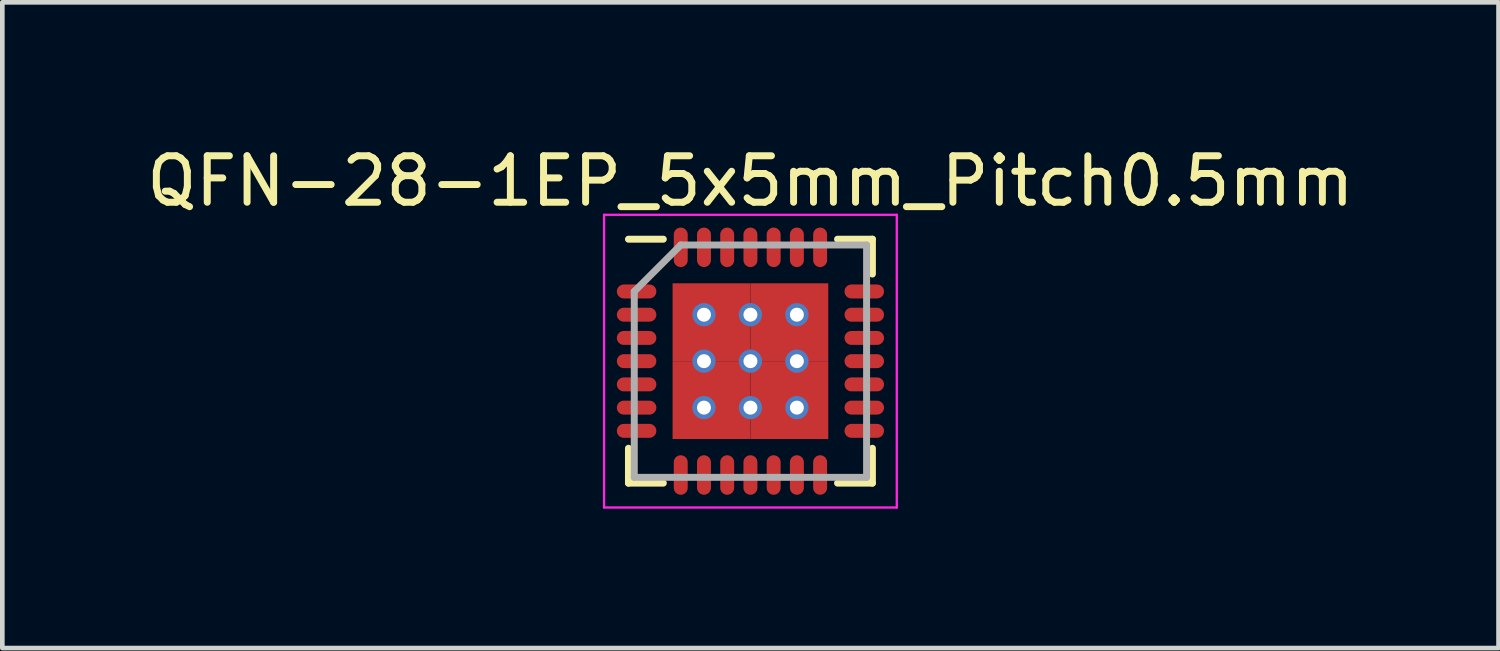
<source format=kicad_pcb>
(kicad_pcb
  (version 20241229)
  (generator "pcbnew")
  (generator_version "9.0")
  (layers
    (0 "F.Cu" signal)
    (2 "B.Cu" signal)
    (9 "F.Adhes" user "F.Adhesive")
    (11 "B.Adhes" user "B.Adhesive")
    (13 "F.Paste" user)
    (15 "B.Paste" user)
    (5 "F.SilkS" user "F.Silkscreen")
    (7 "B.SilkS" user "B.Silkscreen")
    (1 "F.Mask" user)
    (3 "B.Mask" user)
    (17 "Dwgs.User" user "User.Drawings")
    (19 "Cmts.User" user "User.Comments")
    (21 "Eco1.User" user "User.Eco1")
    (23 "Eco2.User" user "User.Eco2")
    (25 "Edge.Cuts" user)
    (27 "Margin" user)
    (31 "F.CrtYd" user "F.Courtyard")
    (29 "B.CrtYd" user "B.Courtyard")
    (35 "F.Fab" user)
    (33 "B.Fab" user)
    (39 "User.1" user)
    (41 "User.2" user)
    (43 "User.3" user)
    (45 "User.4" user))
  (footprint "QFN-28-1EP_5x5mm_Pitch0.5mm"
    (layer "F.Cu")
    (at 13.101 4.723)
    (property "Reference" "QFN-28-1EP_5x5mm_Pitch0.5mm" (at 0 -3.875 0) (layer "F.SilkS") (effects (font (size 1 1) (thickness 0.15))))
    (attr smd)
    (fp_line (start -2.625 -2.625) (end -1.875 -2.625) (stroke (width 0.15) (type solid)) (layer "F.SilkS"))
    (fp_line (start -2.625 2.625) (end -2.625 1.875) (stroke (width 0.15) (type solid)) (layer "F.SilkS"))
    (fp_line (start -2.625 2.625) (end -1.875 2.625) (stroke (width 0.15) (type solid)) (layer "F.SilkS"))
    (fp_line (start 2.625 -2.625) (end 1.875 -2.625) (stroke (width 0.15) (type solid)) (layer "F.SilkS"))
    (fp_line (start 2.625 -2.625) (end 2.625 -1.875) (stroke (width 0.15) (type solid)) (layer "F.SilkS"))
    (fp_line (start 2.625 2.625) (end 1.875 2.625) (stroke (width 0.15) (type solid)) (layer "F.SilkS"))
    (fp_line (start 2.625 2.625) (end 2.625 1.875) (stroke (width 0.15) (type solid)) (layer "F.SilkS"))
    (fp_line (start -3.15 -3.15) (end -3.15 3.15) (stroke (width 0.05) (type solid)) (layer "F.CrtYd"))
    (fp_line (start -3.15 -3.15) (end 3.15 -3.15) (stroke (width 0.05) (type solid)) (layer "F.CrtYd"))
    (fp_line (start -3.15 3.15) (end 3.15 3.15) (stroke (width 0.05) (type solid)) (layer "F.CrtYd"))
    (fp_line (start 3.15 -3.15) (end 3.15 3.15) (stroke (width 0.05) (type solid)) (layer "F.CrtYd"))
    (fp_line (start -2.5 -1.5) (end -1.5 -2.5) (stroke (width 0.15) (type solid)) (layer "F.Fab"))
    (fp_line (start -2.5 2.5) (end -2.5 -1.5) (stroke (width 0.15) (type solid)) (layer "F.Fab"))
    (fp_line (start -1.5 -2.5) (end 2.5 -2.5) (stroke (width 0.15) (type solid)) (layer "F.Fab"))
    (fp_line (start 2.5 -2.5) (end 2.5 2.5) (stroke (width 0.15) (type solid)) (layer "F.Fab"))
    (fp_line (start 2.5 2.5) (end -2.5 2.5) (stroke (width 0.15) (type solid)) (layer "F.Fab"))
    (pad "1" smd oval (at -2.45 -1.5) (size 0.85 0.3) (layers "F.Cu" "F.Mask" "F.Paste"))
    (pad "2" smd oval (at -2.45 -1) (size 0.85 0.3) (layers "F.Cu" "F.Mask" "F.Paste"))
    (pad "3" smd oval (at -2.45 -0.5) (size 0.85 0.3) (layers "F.Cu" "F.Mask" "F.Paste"))
    (pad "4" smd oval (at -2.45 0) (size 0.85 0.3) (layers "F.Cu" "F.Mask" "F.Paste"))
    (pad "5" smd oval (at -2.45 0.5) (size 0.85 0.3) (layers "F.Cu" "F.Mask" "F.Paste"))
    (pad "6" smd oval (at -2.45 1) (size 0.85 0.3) (layers "F.Cu" "F.Mask" "F.Paste"))
    (pad "7" smd oval (at -2.45 1.5) (size 0.85 0.3) (layers "F.Cu" "F.Mask" "F.Paste"))
    (pad "8" smd oval (at -1.5 2.45 90) (size 0.85 0.3) (layers "F.Cu" "F.Mask" "F.Paste"))
    (pad "9" smd oval (at -1 2.45 90) (size 0.85 0.3) (layers "F.Cu" "F.Mask" "F.Paste"))
    (pad "10" smd oval (at -0.5 2.45 90) (size 0.85 0.3) (layers "F.Cu" "F.Mask" "F.Paste"))
    (pad "11" smd oval (at 0 2.45 90) (size 0.85 0.3) (layers "F.Cu" "F.Mask" "F.Paste"))
    (pad "12" smd oval (at 0.5 2.45 90) (size 0.85 0.3) (layers "F.Cu" "F.Mask" "F.Paste"))
    (pad "13" smd oval (at 1 2.45 90) (size 0.85 0.3) (layers "F.Cu" "F.Mask" "F.Paste"))
    (pad "14" smd oval (at 1.5 2.45 90) (size 0.85 0.3) (layers "F.Cu" "F.Mask" "F.Paste"))
    (pad "15" smd oval (at 2.45 1.5) (size 0.85 0.3) (layers "F.Cu" "F.Mask" "F.Paste"))
    (pad "16" smd oval (at 2.45 1) (size 0.85 0.3) (layers "F.Cu" "F.Mask" "F.Paste"))
    (pad "17" smd oval (at 2.45 0.5) (size 0.85 0.3) (layers "F.Cu" "F.Mask" "F.Paste"))
    (pad "18" smd oval (at 2.45 0) (size 0.85 0.3) (layers "F.Cu" "F.Mask" "F.Paste"))
    (pad "19" smd oval (at 2.45 -0.5) (size 0.85 0.3) (layers "F.Cu" "F.Mask" "F.Paste"))
    (pad "20" smd oval (at 2.45 -1) (size 0.85 0.3) (layers "F.Cu" "F.Mask" "F.Paste"))
    (pad "21" smd oval (at 2.45 -1.5) (size 0.85 0.3) (layers "F.Cu" "F.Mask" "F.Paste"))
    (pad "22" smd oval (at 1.5 -2.45 90) (size 0.85 0.3) (layers "F.Cu" "F.Mask" "F.Paste"))
    (pad "23" smd oval (at 1 -2.45 90) (size 0.85 0.3) (layers "F.Cu" "F.Mask" "F.Paste"))
    (pad "24" smd oval (at 0.5 -2.45 90) (size 0.85 0.3) (layers "F.Cu" "F.Mask" "F.Paste"))
    (pad "25" smd oval (at 0 -2.45 90) (size 0.85 0.3) (layers "F.Cu" "F.Mask" "F.Paste"))
    (pad "26" smd oval (at -0.5 -2.45 90) (size 0.85 0.3) (layers "F.Cu" "F.Mask" "F.Paste"))
    (pad "27" smd oval (at -1 -2.45 90) (size 0.85 0.3) (layers "F.Cu" "F.Mask" "F.Paste"))
    (pad "28" smd oval (at -1.5 -2.45 90) (size 0.85 0.3) (layers "F.Cu" "F.Mask" "F.Paste"))
    (pad "29" thru_hole circle (at -1 -1) (size 0.5 0.5) (drill 0.3) (layers "*.Cu"))
    (pad "29" thru_hole circle (at -1 0) (size 0.5 0.5) (drill 0.3) (layers "*.Cu"))
    (pad "29" thru_hole circle (at -1 1) (size 0.5 0.5) (drill 0.3) (layers "*.Cu"))
    (pad "29" smd rect (at -0.838 -0.838) (size 1.675 1.675) (layers "F.Cu" "F.Mask" "F.Paste"))
    (pad "29" smd rect (at -0.838 0.838) (size 1.675 1.675) (layers "F.Cu" "F.Mask" "F.Paste"))
    (pad "29" thru_hole circle (at 0 -1 90) (size 0.5 0.5) (drill 0.3) (layers "*.Cu"))
    (pad "29" thru_hole circle (at 0 0) (size 0.5 0.5) (drill 0.3) (layers "*.Cu"))
    (pad "29" thru_hole circle (at 0 1) (size 0.5 0.5) (drill 0.3) (layers "*.Cu"))
    (pad "29" smd rect (at 0.838 -0.838) (size 1.675 1.675) (layers "F.Cu" "F.Mask" "F.Paste"))
    (pad "29" smd rect (at 0.838 0.838) (size 1.675 1.675) (layers "F.Cu" "F.Mask" "F.Paste"))
    (pad "29" thru_hole circle (at 1 -1) (size 0.5 0.5) (drill 0.3) (layers "*.Cu"))
    (pad "29" thru_hole circle (at 1 0) (size 0.5 0.5) (drill 0.3) (layers "*.Cu"))
    (pad "29" thru_hole circle (at 1 1 90) (size 0.5 0.5) (drill 0.3) (layers "*.Cu")))
  (gr_rect
    (start -3 -3)
    (end 29.202 10.898)
    (stroke (width 0.1) (type default))
    (fill no)
    (layer "Edge.Cuts")))
</source>
